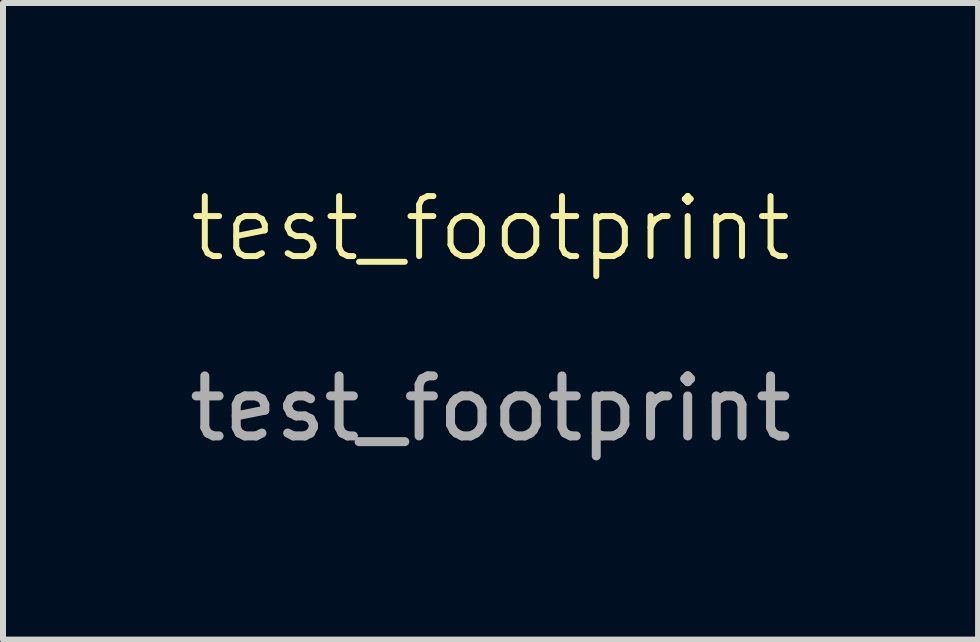
<source format=kicad_pcb>
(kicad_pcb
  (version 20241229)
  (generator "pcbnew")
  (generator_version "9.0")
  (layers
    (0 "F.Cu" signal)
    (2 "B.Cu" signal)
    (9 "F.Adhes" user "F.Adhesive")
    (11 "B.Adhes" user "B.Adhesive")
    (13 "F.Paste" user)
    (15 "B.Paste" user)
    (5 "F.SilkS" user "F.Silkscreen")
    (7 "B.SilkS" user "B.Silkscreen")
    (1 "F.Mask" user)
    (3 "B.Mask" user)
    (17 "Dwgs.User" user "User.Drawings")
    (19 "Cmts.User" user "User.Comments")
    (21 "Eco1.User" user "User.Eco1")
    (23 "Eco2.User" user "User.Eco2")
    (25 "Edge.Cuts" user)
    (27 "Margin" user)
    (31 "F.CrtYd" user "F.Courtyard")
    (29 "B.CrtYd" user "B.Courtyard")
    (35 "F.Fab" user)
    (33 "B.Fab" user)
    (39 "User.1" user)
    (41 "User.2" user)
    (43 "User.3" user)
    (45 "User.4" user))
  (footprint "test_footprint"
    (layer "F.Cu")
    (at 5.125 1.26)
    (property "Reference" "test_footprint" (at 0 -0.5 0) (unlocked yes) (layer "F.SilkS") (effects (font (size 1 1) (thickness 0.1))))
    (attr smd)
    (fp_text user "${REFERENCE}" (at 0 2.5 0) (unlocked yes) (layer "F.Fab") (effects (font (size 1 1) (thickness 0.15)))))
  (gr_rect
    (start -3 -3)
    (end 13.25 7.609)
    (stroke (width 0.1) (type default))
    (fill no)
    (layer "Edge.Cuts")))
</source>
